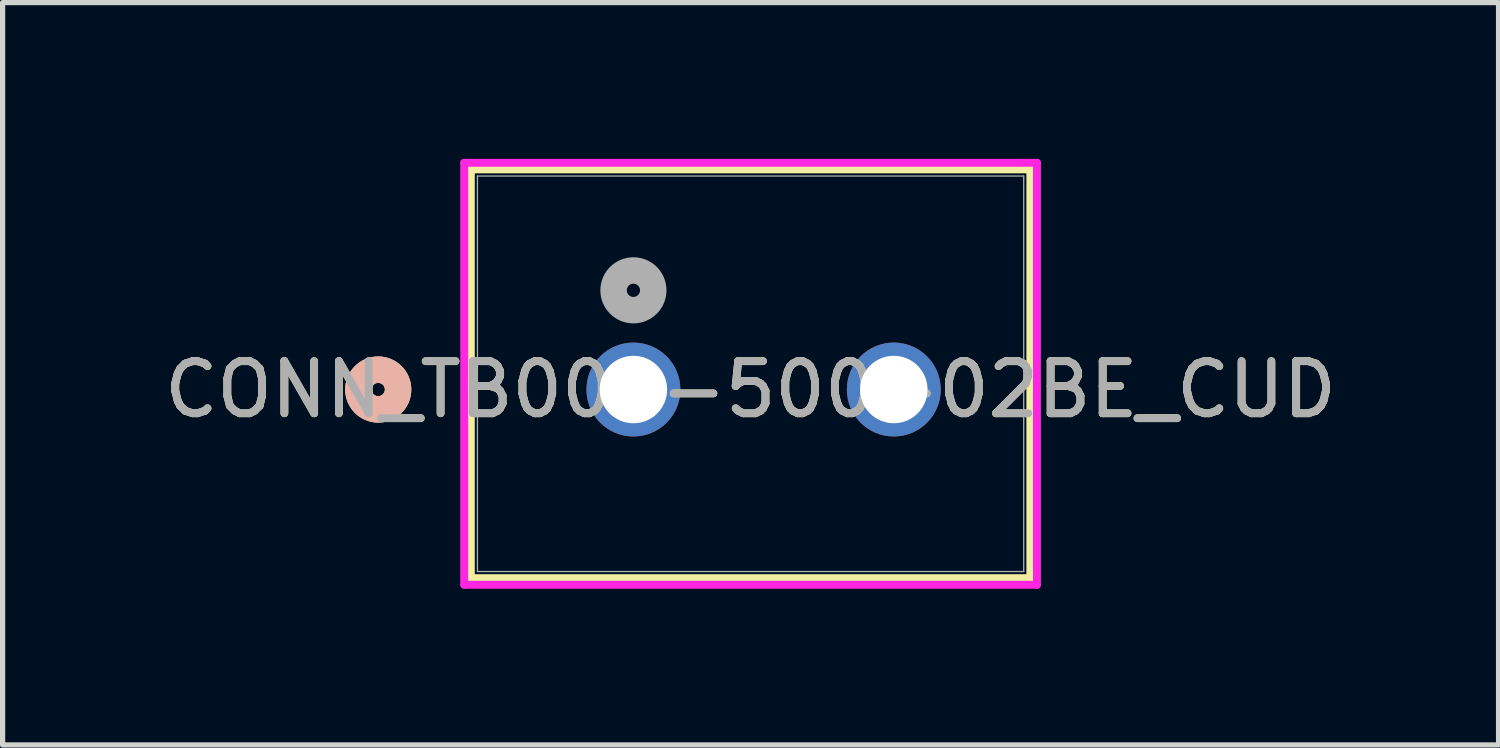
<source format=kicad_pcb>
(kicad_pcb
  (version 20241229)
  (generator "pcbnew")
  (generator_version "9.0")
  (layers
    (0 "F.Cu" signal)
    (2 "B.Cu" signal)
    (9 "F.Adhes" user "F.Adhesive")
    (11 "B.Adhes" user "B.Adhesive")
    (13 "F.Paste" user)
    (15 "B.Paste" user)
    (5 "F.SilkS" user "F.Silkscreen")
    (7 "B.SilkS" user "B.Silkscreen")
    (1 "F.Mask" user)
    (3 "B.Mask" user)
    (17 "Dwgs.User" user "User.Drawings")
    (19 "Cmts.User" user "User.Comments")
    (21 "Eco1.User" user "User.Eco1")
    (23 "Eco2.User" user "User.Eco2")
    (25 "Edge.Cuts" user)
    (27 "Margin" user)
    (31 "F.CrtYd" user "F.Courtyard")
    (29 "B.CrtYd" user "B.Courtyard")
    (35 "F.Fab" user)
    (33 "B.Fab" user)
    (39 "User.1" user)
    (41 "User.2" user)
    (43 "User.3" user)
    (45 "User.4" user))
  (footprint "CONN_TB002-500-02BE_CUD"
    (layer "F.Cu")
    (at 9.113 4.43)
    (property "Reference" "CONN_TB002-500-02BE_CUD" (at 2.25 0 0) (unlocked yes) (layer "F.SilkS") (effects (font (size 1 1) (thickness 0.15))))
    (attr through_hole)
    (fp_line (start -3.122 -4.227) (end -3.122 3.622) (stroke (width 0.152) (type solid)) (layer "F.SilkS"))
    (fp_line (start -3.122 3.622) (end 7.622 3.622) (stroke (width 0.152) (type solid)) (layer "F.SilkS"))
    (fp_line (start 7.622 -4.227) (end -3.122 -4.227) (stroke (width 0.152) (type solid)) (layer "F.SilkS"))
    (fp_line (start 7.622 3.622) (end 7.622 -4.227) (stroke (width 0.152) (type solid)) (layer "F.SilkS"))
    (fp_circle (center -4.9 0) (end -4.519 0) (stroke (width 0.508) (type solid)) (fill no) (layer "F.SilkS"))
    (fp_circle (center -4.9 0) (end -4.519 0) (stroke (width 0.508) (type solid)) (fill no) (layer "B.SilkS"))
    (fp_line (start -3.249 -4.354) (end -3.249 3.749) (stroke (width 0.152) (type solid)) (layer "F.CrtYd"))
    (fp_line (start -3.249 3.749) (end 7.749 3.749) (stroke (width 0.152) (type solid)) (layer "F.CrtYd"))
    (fp_line (start 7.749 -4.354) (end -3.249 -4.354) (stroke (width 0.152) (type solid)) (layer "F.CrtYd"))
    (fp_line (start 7.749 3.749) (end 7.749 -4.354) (stroke (width 0.152) (type solid)) (layer "F.CrtYd"))
    (fp_line (start -2.995 -4.1) (end -2.995 3.495) (stroke (width 0.025) (type solid)) (layer "F.Fab"))
    (fp_line (start -2.995 3.495) (end 7.495 3.495) (stroke (width 0.025) (type solid)) (layer "F.Fab"))
    (fp_line (start 7.495 -4.1) (end -2.995 -4.1) (stroke (width 0.025) (type solid)) (layer "F.Fab"))
    (fp_line (start 7.495 3.495) (end 7.495 -4.1) (stroke (width 0.025) (type solid)) (layer "F.Fab"))
    (fp_circle (center 0 -1.905) (end 0.381 -1.905) (stroke (width 0.508) (type solid)) (fill no) (layer "F.Fab"))
    (fp_text user "${REFERENCE}" (at 2.25 0 0) (unlocked yes) (layer "F.Fab") (effects (font (size 1 1) (thickness 0.15))))
    (pad "1" thru_hole circle (at 0 0) (size 1.803 1.803) (drill 1.295) (layers "*.Cu" "*.Mask"))
    (pad "2" thru_hole circle (at 5 0) (size 1.803 1.803) (drill 1.295) (layers "*.Cu" "*.Mask")))
  (gr_rect
    (start -3 -3)
    (end 25.726 11.255)
    (stroke (width 0.1) (type default))
    (fill no)
    (layer "Edge.Cuts")))
</source>
